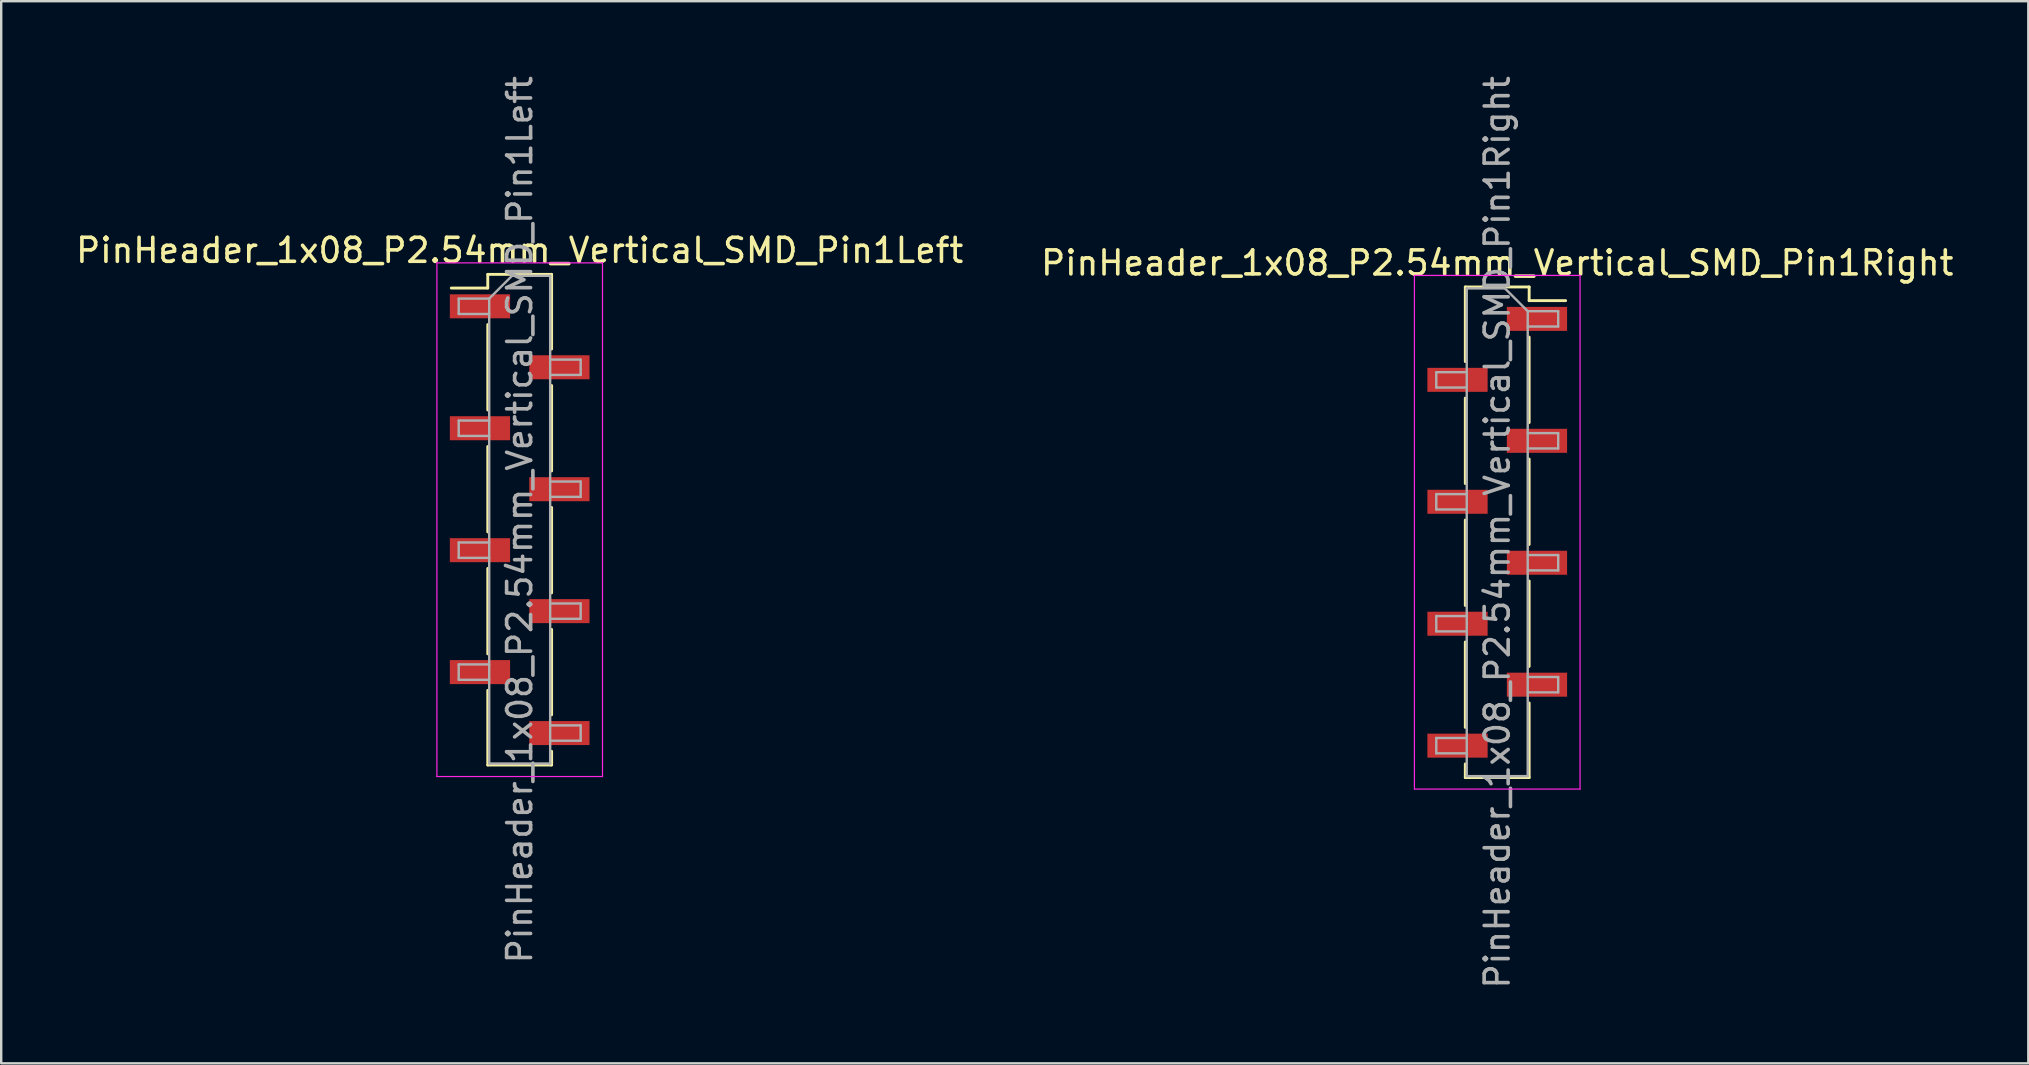
<source format=kicad_pcb>
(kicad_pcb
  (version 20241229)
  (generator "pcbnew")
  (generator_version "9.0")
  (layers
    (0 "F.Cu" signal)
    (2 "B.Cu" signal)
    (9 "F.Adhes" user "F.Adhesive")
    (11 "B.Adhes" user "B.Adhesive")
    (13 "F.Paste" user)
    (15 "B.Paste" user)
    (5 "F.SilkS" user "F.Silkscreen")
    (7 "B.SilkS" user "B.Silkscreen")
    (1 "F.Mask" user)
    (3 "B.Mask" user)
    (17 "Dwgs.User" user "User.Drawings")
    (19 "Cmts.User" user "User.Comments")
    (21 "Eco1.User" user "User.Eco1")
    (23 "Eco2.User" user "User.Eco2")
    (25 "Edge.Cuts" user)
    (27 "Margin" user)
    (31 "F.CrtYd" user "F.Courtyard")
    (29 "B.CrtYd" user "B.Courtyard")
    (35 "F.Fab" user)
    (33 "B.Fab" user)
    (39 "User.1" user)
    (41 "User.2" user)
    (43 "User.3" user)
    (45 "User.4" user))
  (footprint "PinHeader_1x08_P2.54mm_Vertical_SMD_Pin1Left"
    (layer "F.Cu")
    (at 18.601 18.601)
    (property "Reference" "PinHeader_1x08_P2.54mm_Vertical_SMD_Pin1Left" (at 0 -11.22 0) (layer "F.SilkS") (effects (font (size 1 1) (thickness 0.15))))
    (attr smd)
    (fp_line (start -1.33 -10.22) (end -1.33 -9.65) (stroke (width 0.12) (type solid)) (layer "F.SilkS"))
    (fp_line (start -1.33 -10.22) (end 1.33 -10.22) (stroke (width 0.12) (type solid)) (layer "F.SilkS"))
    (fp_line (start -1.33 -9.65) (end -2.85 -9.65) (stroke (width 0.12) (type solid)) (layer "F.SilkS"))
    (fp_line (start -1.33 -8.13) (end -1.33 -4.57) (stroke (width 0.12) (type solid)) (layer "F.SilkS"))
    (fp_line (start -1.33 -3.05) (end -1.33 0.51) (stroke (width 0.12) (type solid)) (layer "F.SilkS"))
    (fp_line (start -1.33 2.03) (end -1.33 5.59) (stroke (width 0.12) (type solid)) (layer "F.SilkS"))
    (fp_line (start -1.33 7.11) (end -1.33 10.22) (stroke (width 0.12) (type solid)) (layer "F.SilkS"))
    (fp_line (start -1.33 10.22) (end 1.33 10.22) (stroke (width 0.12) (type solid)) (layer "F.SilkS"))
    (fp_line (start 1.33 -10.22) (end 1.33 -7.11) (stroke (width 0.12) (type solid)) (layer "F.SilkS"))
    (fp_line (start 1.33 -5.59) (end 1.33 -2.03) (stroke (width 0.12) (type solid)) (layer "F.SilkS"))
    (fp_line (start 1.33 -0.51) (end 1.33 3.05) (stroke (width 0.12) (type solid)) (layer "F.SilkS"))
    (fp_line (start 1.33 4.57) (end 1.33 8.13) (stroke (width 0.12) (type solid)) (layer "F.SilkS"))
    (fp_line (start 1.33 9.65) (end 1.33 10.22) (stroke (width 0.12) (type solid)) (layer "F.SilkS"))
    (fp_line (start -3.45 -10.7) (end -3.45 10.7) (stroke (width 0.05) (type solid)) (layer "F.CrtYd"))
    (fp_line (start -3.45 10.7) (end 3.45 10.7) (stroke (width 0.05) (type solid)) (layer "F.CrtYd"))
    (fp_line (start 3.45 -10.7) (end -3.45 -10.7) (stroke (width 0.05) (type solid)) (layer "F.CrtYd"))
    (fp_line (start 3.45 10.7) (end 3.45 -10.7) (stroke (width 0.05) (type solid)) (layer "F.CrtYd"))
    (fp_line (start -2.54 -9.21) (end -2.54 -8.57) (stroke (width 0.1) (type solid)) (layer "F.Fab"))
    (fp_line (start -2.54 -8.57) (end -1.27 -8.57) (stroke (width 0.1) (type solid)) (layer "F.Fab"))
    (fp_line (start -2.54 -4.13) (end -2.54 -3.49) (stroke (width 0.1) (type solid)) (layer "F.Fab"))
    (fp_line (start -2.54 -3.49) (end -1.27 -3.49) (stroke (width 0.1) (type solid)) (layer "F.Fab"))
    (fp_line (start -2.54 0.95) (end -2.54 1.59) (stroke (width 0.1) (type solid)) (layer "F.Fab"))
    (fp_line (start -2.54 1.59) (end -1.27 1.59) (stroke (width 0.1) (type solid)) (layer "F.Fab"))
    (fp_line (start -2.54 6.03) (end -2.54 6.67) (stroke (width 0.1) (type solid)) (layer "F.Fab"))
    (fp_line (start -2.54 6.67) (end -1.27 6.67) (stroke (width 0.1) (type solid)) (layer "F.Fab"))
    (fp_line (start -1.27 -9.21) (end -2.54 -9.21) (stroke (width 0.1) (type solid)) (layer "F.Fab"))
    (fp_line (start -1.27 -9.21) (end -0.32 -10.16) (stroke (width 0.1) (type solid)) (layer "F.Fab"))
    (fp_line (start -1.27 -4.13) (end -2.54 -4.13) (stroke (width 0.1) (type solid)) (layer "F.Fab"))
    (fp_line (start -1.27 0.95) (end -2.54 0.95) (stroke (width 0.1) (type solid)) (layer "F.Fab"))
    (fp_line (start -1.27 6.03) (end -2.54 6.03) (stroke (width 0.1) (type solid)) (layer "F.Fab"))
    (fp_line (start -1.27 10.16) (end -1.27 -9.21) (stroke (width 0.1) (type solid)) (layer "F.Fab"))
    (fp_line (start -0.32 -10.16) (end 1.27 -10.16) (stroke (width 0.1) (type solid)) (layer "F.Fab"))
    (fp_line (start 1.27 -10.16) (end 1.27 10.16) (stroke (width 0.1) (type solid)) (layer "F.Fab"))
    (fp_line (start 1.27 -6.67) (end 2.54 -6.67) (stroke (width 0.1) (type solid)) (layer "F.Fab"))
    (fp_line (start 1.27 -1.59) (end 2.54 -1.59) (stroke (width 0.1) (type solid)) (layer "F.Fab"))
    (fp_line (start 1.27 3.49) (end 2.54 3.49) (stroke (width 0.1) (type solid)) (layer "F.Fab"))
    (fp_line (start 1.27 8.57) (end 2.54 8.57) (stroke (width 0.1) (type solid)) (layer "F.Fab"))
    (fp_line (start 1.27 10.16) (end -1.27 10.16) (stroke (width 0.1) (type solid)) (layer "F.Fab"))
    (fp_line (start 2.54 -6.67) (end 2.54 -6.03) (stroke (width 0.1) (type solid)) (layer "F.Fab"))
    (fp_line (start 2.54 -6.03) (end 1.27 -6.03) (stroke (width 0.1) (type solid)) (layer "F.Fab"))
    (fp_line (start 2.54 -1.59) (end 2.54 -0.95) (stroke (width 0.1) (type solid)) (layer "F.Fab"))
    (fp_line (start 2.54 -0.95) (end 1.27 -0.95) (stroke (width 0.1) (type solid)) (layer "F.Fab"))
    (fp_line (start 2.54 3.49) (end 2.54 4.13) (stroke (width 0.1) (type solid)) (layer "F.Fab"))
    (fp_line (start 2.54 4.13) (end 1.27 4.13) (stroke (width 0.1) (type solid)) (layer "F.Fab"))
    (fp_line (start 2.54 8.57) (end 2.54 9.21) (stroke (width 0.1) (type solid)) (layer "F.Fab"))
    (fp_line (start 2.54 9.21) (end 1.27 9.21) (stroke (width 0.1) (type solid)) (layer "F.Fab"))
    (fp_text user "${REFERENCE}" (at 0 0 90) (layer "F.Fab") (effects (font (size 1 1) (thickness 0.15))))
    (pad "1" smd rect (at -1.655 -8.89) (size 2.51 1) (layers "F.Cu" "F.Mask" "F.Paste"))
    (pad "2" smd rect (at 1.655 -6.35) (size 2.51 1) (layers "F.Cu" "F.Mask" "F.Paste"))
    (pad "3" smd rect (at -1.655 -3.81) (size 2.51 1) (layers "F.Cu" "F.Mask" "F.Paste"))
    (pad "4" smd rect (at 1.655 -1.27) (size 2.51 1) (layers "F.Cu" "F.Mask" "F.Paste"))
    (pad "5" smd rect (at -1.655 1.27) (size 2.51 1) (layers "F.Cu" "F.Mask" "F.Paste"))
    (pad "6" smd rect (at 1.655 3.81) (size 2.51 1) (layers "F.Cu" "F.Mask" "F.Paste"))
    (pad "7" smd rect (at -1.655 6.35) (size 2.51 1) (layers "F.Cu" "F.Mask" "F.Paste"))
    (pad "8" smd rect (at 1.655 8.89) (size 2.51 1) (layers "F.Cu" "F.Mask" "F.Paste")))
  (footprint "PinHeader_1x08_P2.54mm_Vertical_SMD_Pin1Right"
    (layer "F.Cu")
    (at 59.327 19.125)
    (property "Reference" "PinHeader_1x08_P2.54mm_Vertical_SMD_Pin1Right" (at 0 -11.22 0) (layer "F.SilkS") (effects (font (size 1 1) (thickness 0.15))))
    (attr smd)
    (fp_line (start -1.33 -10.22) (end -1.33 -7.11) (stroke (width 0.12) (type solid)) (layer "F.SilkS"))
    (fp_line (start -1.33 -10.22) (end 1.33 -10.22) (stroke (width 0.12) (type solid)) (layer "F.SilkS"))
    (fp_line (start -1.33 -5.59) (end -1.33 -2.03) (stroke (width 0.12) (type solid)) (layer "F.SilkS"))
    (fp_line (start -1.33 -0.51) (end -1.33 3.05) (stroke (width 0.12) (type solid)) (layer "F.SilkS"))
    (fp_line (start -1.33 4.57) (end -1.33 8.13) (stroke (width 0.12) (type solid)) (layer "F.SilkS"))
    (fp_line (start -1.33 9.65) (end -1.33 10.22) (stroke (width 0.12) (type solid)) (layer "F.SilkS"))
    (fp_line (start -1.33 10.22) (end 1.33 10.22) (stroke (width 0.12) (type solid)) (layer "F.SilkS"))
    (fp_line (start 1.33 -10.22) (end 1.33 -9.65) (stroke (width 0.12) (type solid)) (layer "F.SilkS"))
    (fp_line (start 1.33 -9.65) (end 2.85 -9.65) (stroke (width 0.12) (type solid)) (layer "F.SilkS"))
    (fp_line (start 1.33 -8.13) (end 1.33 -4.57) (stroke (width 0.12) (type solid)) (layer "F.SilkS"))
    (fp_line (start 1.33 -3.05) (end 1.33 0.51) (stroke (width 0.12) (type solid)) (layer "F.SilkS"))
    (fp_line (start 1.33 2.03) (end 1.33 5.59) (stroke (width 0.12) (type solid)) (layer "F.SilkS"))
    (fp_line (start 1.33 7.11) (end 1.33 10.22) (stroke (width 0.12) (type solid)) (layer "F.SilkS"))
    (fp_line (start -3.45 -10.7) (end -3.45 10.7) (stroke (width 0.05) (type solid)) (layer "F.CrtYd"))
    (fp_line (start -3.45 10.7) (end 3.45 10.7) (stroke (width 0.05) (type solid)) (layer "F.CrtYd"))
    (fp_line (start 3.45 -10.7) (end -3.45 -10.7) (stroke (width 0.05) (type solid)) (layer "F.CrtYd"))
    (fp_line (start 3.45 10.7) (end 3.45 -10.7) (stroke (width 0.05) (type solid)) (layer "F.CrtYd"))
    (fp_line (start -2.54 -6.67) (end -2.54 -6.03) (stroke (width 0.1) (type solid)) (layer "F.Fab"))
    (fp_line (start -2.54 -6.03) (end -1.27 -6.03) (stroke (width 0.1) (type solid)) (layer "F.Fab"))
    (fp_line (start -2.54 -1.59) (end -2.54 -0.95) (stroke (width 0.1) (type solid)) (layer "F.Fab"))
    (fp_line (start -2.54 -0.95) (end -1.27 -0.95) (stroke (width 0.1) (type solid)) (layer "F.Fab"))
    (fp_line (start -2.54 3.49) (end -2.54 4.13) (stroke (width 0.1) (type solid)) (layer "F.Fab"))
    (fp_line (start -2.54 4.13) (end -1.27 4.13) (stroke (width 0.1) (type solid)) (layer "F.Fab"))
    (fp_line (start -2.54 8.57) (end -2.54 9.21) (stroke (width 0.1) (type solid)) (layer "F.Fab"))
    (fp_line (start -2.54 9.21) (end -1.27 9.21) (stroke (width 0.1) (type solid)) (layer "F.Fab"))
    (fp_line (start -1.27 -10.16) (end -1.27 10.16) (stroke (width 0.1) (type solid)) (layer "F.Fab"))
    (fp_line (start -1.27 -10.16) (end 0.32 -10.16) (stroke (width 0.1) (type solid)) (layer "F.Fab"))
    (fp_line (start -1.27 -6.67) (end -2.54 -6.67) (stroke (width 0.1) (type solid)) (layer "F.Fab"))
    (fp_line (start -1.27 -1.59) (end -2.54 -1.59) (stroke (width 0.1) (type solid)) (layer "F.Fab"))
    (fp_line (start -1.27 3.49) (end -2.54 3.49) (stroke (width 0.1) (type solid)) (layer "F.Fab"))
    (fp_line (start -1.27 8.57) (end -2.54 8.57) (stroke (width 0.1) (type solid)) (layer "F.Fab"))
    (fp_line (start 1.27 -9.21) (end 0.32 -10.16) (stroke (width 0.1) (type solid)) (layer "F.Fab"))
    (fp_line (start 1.27 -9.21) (end 2.54 -9.21) (stroke (width 0.1) (type solid)) (layer "F.Fab"))
    (fp_line (start 1.27 -4.13) (end 2.54 -4.13) (stroke (width 0.1) (type solid)) (layer "F.Fab"))
    (fp_line (start 1.27 0.95) (end 2.54 0.95) (stroke (width 0.1) (type solid)) (layer "F.Fab"))
    (fp_line (start 1.27 6.03) (end 2.54 6.03) (stroke (width 0.1) (type solid)) (layer "F.Fab"))
    (fp_line (start 1.27 10.16) (end -1.27 10.16) (stroke (width 0.1) (type solid)) (layer "F.Fab"))
    (fp_line (start 1.27 10.16) (end 1.27 -9.21) (stroke (width 0.1) (type solid)) (layer "F.Fab"))
    (fp_line (start 2.54 -9.21) (end 2.54 -8.57) (stroke (width 0.1) (type solid)) (layer "F.Fab"))
    (fp_line (start 2.54 -8.57) (end 1.27 -8.57) (stroke (width 0.1) (type solid)) (layer "F.Fab"))
    (fp_line (start 2.54 -4.13) (end 2.54 -3.49) (stroke (width 0.1) (type solid)) (layer "F.Fab"))
    (fp_line (start 2.54 -3.49) (end 1.27 -3.49) (stroke (width 0.1) (type solid)) (layer "F.Fab"))
    (fp_line (start 2.54 0.95) (end 2.54 1.59) (stroke (width 0.1) (type solid)) (layer "F.Fab"))
    (fp_line (start 2.54 1.59) (end 1.27 1.59) (stroke (width 0.1) (type solid)) (layer "F.Fab"))
    (fp_line (start 2.54 6.03) (end 2.54 6.67) (stroke (width 0.1) (type solid)) (layer "F.Fab"))
    (fp_line (start 2.54 6.67) (end 1.27 6.67) (stroke (width 0.1) (type solid)) (layer "F.Fab"))
    (fp_text user "${REFERENCE}" (at 0 0 90) (layer "F.Fab") (effects (font (size 1 1) (thickness 0.15))))
    (pad "1" smd rect (at 1.655 -8.89) (size 2.51 1) (layers "F.Cu" "F.Mask" "F.Paste"))
    (pad "2" smd rect (at -1.655 -6.35) (size 2.51 1) (layers "F.Cu" "F.Mask" "F.Paste"))
    (pad "3" smd rect (at 1.655 -3.81) (size 2.51 1) (layers "F.Cu" "F.Mask" "F.Paste"))
    (pad "4" smd rect (at -1.655 -1.27) (size 2.51 1) (layers "F.Cu" "F.Mask" "F.Paste"))
    (pad "5" smd rect (at 1.655 1.27) (size 2.51 1) (layers "F.Cu" "F.Mask" "F.Paste"))
    (pad "6" smd rect (at -1.655 3.81) (size 2.51 1) (layers "F.Cu" "F.Mask" "F.Paste"))
    (pad "7" smd rect (at 1.655 6.35) (size 2.51 1) (layers "F.Cu" "F.Mask" "F.Paste"))
    (pad "8" smd rect (at -1.655 8.89) (size 2.51 1) (layers "F.Cu" "F.Mask" "F.Paste")))
  (gr_rect
    (start -3 -3)
    (end 81.452 41.25)
    (stroke (width 0.1) (type default))
    (fill no)
    (layer "Edge.Cuts")))
</source>
